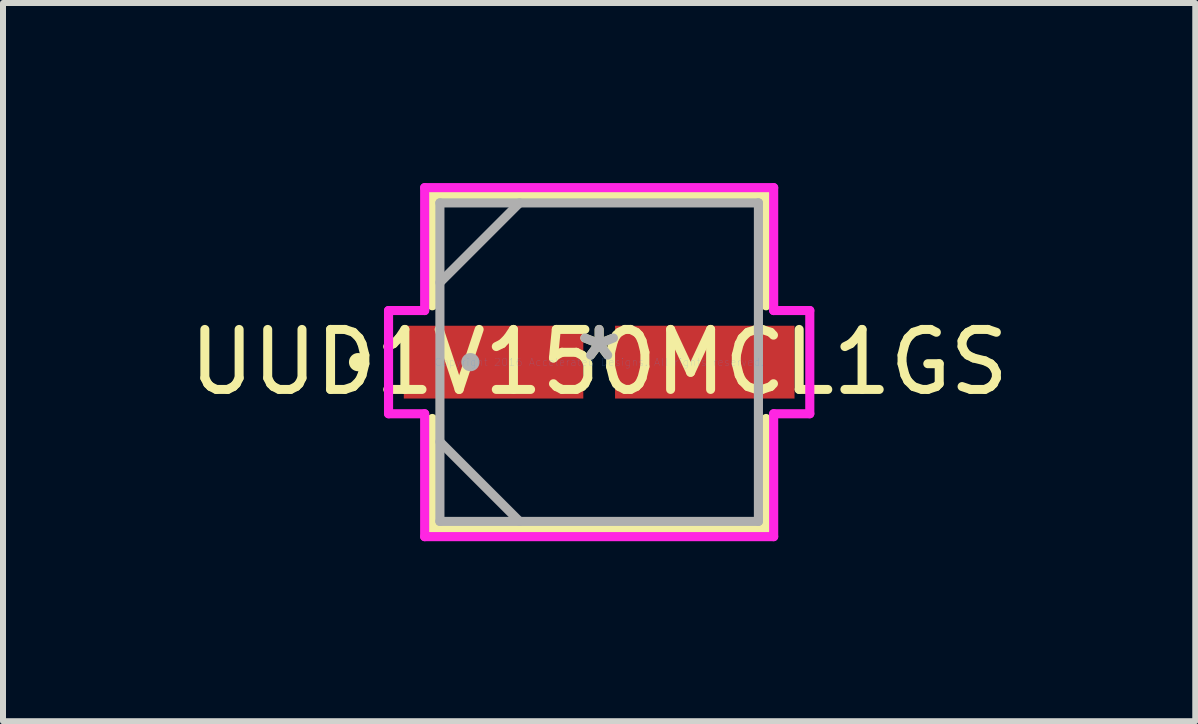
<source format=kicad_pcb>
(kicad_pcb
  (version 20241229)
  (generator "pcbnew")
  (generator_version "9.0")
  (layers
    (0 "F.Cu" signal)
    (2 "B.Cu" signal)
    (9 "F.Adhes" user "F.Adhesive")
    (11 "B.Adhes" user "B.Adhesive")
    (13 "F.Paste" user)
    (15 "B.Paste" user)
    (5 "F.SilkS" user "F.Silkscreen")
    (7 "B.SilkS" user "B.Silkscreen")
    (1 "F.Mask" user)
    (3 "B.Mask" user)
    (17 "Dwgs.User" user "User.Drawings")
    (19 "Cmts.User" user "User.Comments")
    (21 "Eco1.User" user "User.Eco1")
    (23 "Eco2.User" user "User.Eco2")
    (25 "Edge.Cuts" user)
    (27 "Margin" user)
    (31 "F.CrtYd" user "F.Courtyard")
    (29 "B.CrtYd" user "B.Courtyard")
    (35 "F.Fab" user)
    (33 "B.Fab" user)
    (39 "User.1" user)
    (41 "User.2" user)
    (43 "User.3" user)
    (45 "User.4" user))
  (footprint "UUD1V150MCL1GS"
    (layer "F.Cu")
    (at 6.935 2.985)
    (property "Reference" "UUD1V150MCL1GS" (at 0 0 0) (layer "F.SilkS") (effects (font (size 1 1) (thickness 0.15))))
    (attr through_hole)
    (fp_line (start -2.781 -2.781) (end -2.781 -0.939) (stroke (width 0.152) (type solid)) (layer "F.SilkS"))
    (fp_line (start -2.781 0.939) (end -2.781 2.781) (stroke (width 0.152) (type solid)) (layer "F.SilkS"))
    (fp_line (start -2.781 2.781) (end 2.781 2.781) (stroke (width 0.152) (type solid)) (layer "F.SilkS"))
    (fp_line (start 2.781 -2.781) (end -2.781 -2.781) (stroke (width 0.152) (type solid)) (layer "F.SilkS"))
    (fp_line (start 2.781 -0.939) (end 2.781 -2.781) (stroke (width 0.152) (type solid)) (layer "F.SilkS"))
    (fp_line (start 2.781 2.781) (end 2.781 0.939) (stroke (width 0.152) (type solid)) (layer "F.SilkS"))
    (fp_circle (center -4.018 0) (end -3.942 0) (stroke (width 0.152) (type solid)) (fill no) (layer "F.SilkS"))
    (fp_line (start -3.51 -0.86) (end -2.908 -0.86) (stroke (width 0.152) (type solid)) (layer "F.CrtYd"))
    (fp_line (start -3.51 0.86) (end -3.51 -0.86) (stroke (width 0.152) (type solid)) (layer "F.CrtYd"))
    (fp_line (start -2.908 -2.908) (end 2.908 -2.908) (stroke (width 0.152) (type solid)) (layer "F.CrtYd"))
    (fp_line (start -2.908 -0.86) (end -2.908 -2.908) (stroke (width 0.152) (type solid)) (layer "F.CrtYd"))
    (fp_line (start -2.908 0.86) (end -3.51 0.86) (stroke (width 0.152) (type solid)) (layer "F.CrtYd"))
    (fp_line (start -2.908 2.908) (end -2.908 0.86) (stroke (width 0.152) (type solid)) (layer "F.CrtYd"))
    (fp_line (start 2.908 -2.908) (end 2.908 -0.86) (stroke (width 0.152) (type solid)) (layer "F.CrtYd"))
    (fp_line (start 2.908 -0.86) (end 3.51 -0.86) (stroke (width 0.152) (type solid)) (layer "F.CrtYd"))
    (fp_line (start 2.908 0.86) (end 2.908 2.908) (stroke (width 0.152) (type solid)) (layer "F.CrtYd"))
    (fp_line (start 2.908 2.908) (end -2.908 2.908) (stroke (width 0.152) (type solid)) (layer "F.CrtYd"))
    (fp_line (start 3.51 -0.86) (end 3.51 0.86) (stroke (width 0.152) (type solid)) (layer "F.CrtYd"))
    (fp_line (start 3.51 0.86) (end 2.908 0.86) (stroke (width 0.152) (type solid)) (layer "F.CrtYd"))
    (fp_line (start -2.654 -2.654) (end -2.654 2.654) (stroke (width 0.152) (type solid)) (layer "F.Fab"))
    (fp_line (start -2.654 -1.327) (end -1.327 -2.654) (stroke (width 0.152) (type solid)) (layer "F.Fab"))
    (fp_line (start -2.654 1.327) (end -1.327 2.654) (stroke (width 0.152) (type solid)) (layer "F.Fab"))
    (fp_line (start -2.654 2.654) (end 2.654 2.654) (stroke (width 0.152) (type solid)) (layer "F.Fab"))
    (fp_line (start 2.654 -2.654) (end -2.654 -2.654) (stroke (width 0.152) (type solid)) (layer "F.Fab"))
    (fp_line (start 2.654 2.654) (end 2.654 -2.654) (stroke (width 0.152) (type solid)) (layer "F.Fab"))
    (fp_circle (center -2.146 0) (end -2.07 0) (stroke (width 0.152) (type solid)) (fill no) (layer "F.Fab"))
    (fp_text user "*" (at 0 0 0) (layer "F.SilkS") (effects (font (size 1 1) (thickness 0.15))))
    (fp_text user "Copyright 2016 Accelerated Designs. All rights reserved." (at 0 0 0) (layer "Cmts.User") (effects (font (size 0.127 0.127) (thickness 0.002))))
    (fp_text user "*" (at 0 0 0) (layer "F.Fab") (effects (font (size 1 1) (thickness 0.15))))
    (pad "1" smd rect (at -1.76 0) (size 2.991 1.213) (layers "F.Cu" "F.Mask" "F.Paste"))
    (pad "2" smd rect (at 1.76 0) (size 2.991 1.213) (layers "F.Cu" "F.Mask" "F.Paste")))
  (gr_rect
    (start -3 -3)
    (end 16.869 8.969)
    (stroke (width 0.1) (type default))
    (fill no)
    (layer "Edge.Cuts")))
</source>
